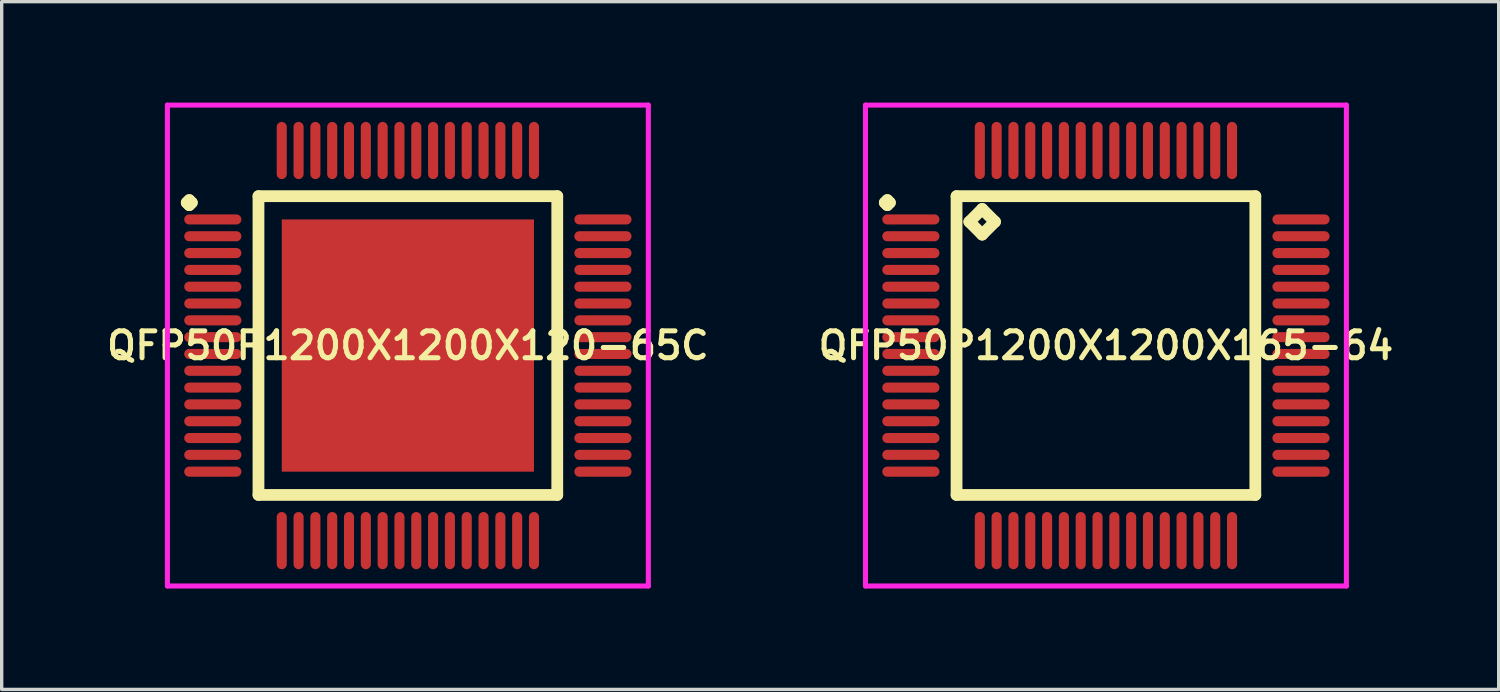
<source format=kicad_pcb>
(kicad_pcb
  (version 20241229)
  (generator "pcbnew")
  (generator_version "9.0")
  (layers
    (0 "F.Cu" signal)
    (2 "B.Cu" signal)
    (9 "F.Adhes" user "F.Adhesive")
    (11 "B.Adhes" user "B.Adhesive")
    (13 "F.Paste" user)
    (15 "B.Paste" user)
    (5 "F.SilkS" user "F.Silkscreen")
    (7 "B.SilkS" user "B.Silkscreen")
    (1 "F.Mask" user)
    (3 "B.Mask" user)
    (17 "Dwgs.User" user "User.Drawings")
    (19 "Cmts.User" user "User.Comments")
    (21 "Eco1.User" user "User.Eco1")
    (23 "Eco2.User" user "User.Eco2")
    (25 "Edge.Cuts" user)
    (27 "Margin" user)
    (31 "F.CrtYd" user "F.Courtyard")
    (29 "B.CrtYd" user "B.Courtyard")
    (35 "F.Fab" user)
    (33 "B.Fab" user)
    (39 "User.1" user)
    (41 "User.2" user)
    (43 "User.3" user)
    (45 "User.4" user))
  (footprint "QFP50P1200X1200X120-65C"
    (layer "F.Cu")
    (at 9.078 7.225)
    (property "Reference" "QFP50P1200X1200X120-65C" (at 0 0 0) (layer "F.SilkS") (effects (font (size 0.8 0.8) (thickness 0.15))))
    (attr smd)
    (fp_line (start -6.575 -4.25) (end -6.5 -4.325) (stroke (width 0.35) (type solid)) (layer "F.SilkS"))
    (fp_line (start -6.5 -4.325) (end -6.425 -4.25) (stroke (width 0.35) (type solid)) (layer "F.SilkS"))
    (fp_line (start -6.5 -4.175) (end -6.575 -4.25) (stroke (width 0.35) (type solid)) (layer "F.SilkS"))
    (fp_line (start -6.425 -4.25) (end -6.5 -4.175) (stroke (width 0.35) (type solid)) (layer "F.SilkS"))
    (fp_line (start -4.442 -4.442) (end -4.442 4.442) (stroke (width 0.35) (type solid)) (layer "F.SilkS"))
    (fp_line (start -4.442 4.442) (end 4.442 4.442) (stroke (width 0.35) (type solid)) (layer "F.SilkS"))
    (fp_line (start 4.442 -4.442) (end -4.442 -4.442) (stroke (width 0.35) (type solid)) (layer "F.SilkS"))
    (fp_line (start 4.442 4.442) (end 4.442 -4.442) (stroke (width 0.35) (type solid)) (layer "F.SilkS"))
    (fp_line (start -7.15 -7.15) (end 7.15 -7.15) (stroke (width 0.15) (type solid)) (layer "F.CrtYd"))
    (fp_line (start -7.15 7.15) (end -7.15 -7.15) (stroke (width 0.15) (type solid)) (layer "F.CrtYd"))
    (fp_line (start 7.15 -7.15) (end 7.15 7.15) (stroke (width 0.15) (type solid)) (layer "F.CrtYd"))
    (fp_line (start 7.15 7.15) (end -7.15 7.15) (stroke (width 0.15) (type solid)) (layer "F.CrtYd"))
    (pad "1" smd oval (at -5.8 -3.75) (size 1.7 0.3) (layers "F.Cu" "F.Mask" "F.Paste"))
    (pad "2" smd oval (at -5.8 -3.25) (size 1.7 0.3) (layers "F.Cu" "F.Mask" "F.Paste"))
    (pad "3" smd oval (at -5.8 -2.75) (size 1.7 0.3) (layers "F.Cu" "F.Mask" "F.Paste"))
    (pad "4" smd oval (at -5.8 -2.25) (size 1.7 0.3) (layers "F.Cu" "F.Mask" "F.Paste"))
    (pad "5" smd oval (at -5.8 -1.75) (size 1.7 0.3) (layers "F.Cu" "F.Mask" "F.Paste"))
    (pad "6" smd oval (at -5.8 -1.25) (size 1.7 0.3) (layers "F.Cu" "F.Mask" "F.Paste"))
    (pad "7" smd oval (at -5.8 -0.75) (size 1.7 0.3) (layers "F.Cu" "F.Mask" "F.Paste"))
    (pad "8" smd oval (at -5.8 -0.25) (size 1.7 0.3) (layers "F.Cu" "F.Mask" "F.Paste"))
    (pad "9" smd oval (at -5.8 0.25) (size 1.7 0.3) (layers "F.Cu" "F.Mask" "F.Paste"))
    (pad "10" smd oval (at -5.8 0.75) (size 1.7 0.3) (layers "F.Cu" "F.Mask" "F.Paste"))
    (pad "11" smd oval (at -5.8 1.25) (size 1.7 0.3) (layers "F.Cu" "F.Mask" "F.Paste"))
    (pad "12" smd oval (at -5.8 1.75) (size 1.7 0.3) (layers "F.Cu" "F.Mask" "F.Paste"))
    (pad "13" smd oval (at -5.8 2.25) (size 1.7 0.3) (layers "F.Cu" "F.Mask" "F.Paste"))
    (pad "14" smd oval (at -5.8 2.75) (size 1.7 0.3) (layers "F.Cu" "F.Mask" "F.Paste"))
    (pad "15" smd oval (at -5.8 3.25) (size 1.7 0.3) (layers "F.Cu" "F.Mask" "F.Paste"))
    (pad "16" smd oval (at -5.8 3.75) (size 1.7 0.3) (layers "F.Cu" "F.Mask" "F.Paste"))
    (pad "17" smd oval (at -3.75 5.8) (size 0.3 1.7) (layers "F.Cu" "F.Mask" "F.Paste"))
    (pad "18" smd oval (at -3.25 5.8) (size 0.3 1.7) (layers "F.Cu" "F.Mask" "F.Paste"))
    (pad "19" smd oval (at -2.75 5.8) (size 0.3 1.7) (layers "F.Cu" "F.Mask" "F.Paste"))
    (pad "20" smd oval (at -2.25 5.8) (size 0.3 1.7) (layers "F.Cu" "F.Mask" "F.Paste"))
    (pad "21" smd oval (at -1.75 5.8) (size 0.3 1.7) (layers "F.Cu" "F.Mask" "F.Paste"))
    (pad "22" smd oval (at -1.25 5.8) (size 0.3 1.7) (layers "F.Cu" "F.Mask" "F.Paste"))
    (pad "23" smd oval (at -0.75 5.8) (size 0.3 1.7) (layers "F.Cu" "F.Mask" "F.Paste"))
    (pad "24" smd oval (at -0.25 5.8) (size 0.3 1.7) (layers "F.Cu" "F.Mask" "F.Paste"))
    (pad "25" smd oval (at 0.25 5.8) (size 0.3 1.7) (layers "F.Cu" "F.Mask" "F.Paste"))
    (pad "26" smd oval (at 0.75 5.8) (size 0.3 1.7) (layers "F.Cu" "F.Mask" "F.Paste"))
    (pad "27" smd oval (at 1.25 5.8) (size 0.3 1.7) (layers "F.Cu" "F.Mask" "F.Paste"))
    (pad "28" smd oval (at 1.75 5.8) (size 0.3 1.7) (layers "F.Cu" "F.Mask" "F.Paste"))
    (pad "29" smd oval (at 2.25 5.8) (size 0.3 1.7) (layers "F.Cu" "F.Mask" "F.Paste"))
    (pad "30" smd oval (at 2.75 5.8) (size 0.3 1.7) (layers "F.Cu" "F.Mask" "F.Paste"))
    (pad "31" smd oval (at 3.25 5.8) (size 0.3 1.7) (layers "F.Cu" "F.Mask" "F.Paste"))
    (pad "32" smd oval (at 3.75 5.8) (size 0.3 1.7) (layers "F.Cu" "F.Mask" "F.Paste"))
    (pad "33" smd oval (at 5.8 3.75) (size 1.7 0.3) (layers "F.Cu" "F.Mask" "F.Paste"))
    (pad "34" smd oval (at 5.8 3.25) (size 1.7 0.3) (layers "F.Cu" "F.Mask" "F.Paste"))
    (pad "35" smd oval (at 5.8 2.75) (size 1.7 0.3) (layers "F.Cu" "F.Mask" "F.Paste"))
    (pad "36" smd oval (at 5.8 2.25) (size 1.7 0.3) (layers "F.Cu" "F.Mask" "F.Paste"))
    (pad "37" smd oval (at 5.8 1.75) (size 1.7 0.3) (layers "F.Cu" "F.Mask" "F.Paste"))
    (pad "38" smd oval (at 5.8 1.25) (size 1.7 0.3) (layers "F.Cu" "F.Mask" "F.Paste"))
    (pad "39" smd oval (at 5.8 0.75) (size 1.7 0.3) (layers "F.Cu" "F.Mask" "F.Paste"))
    (pad "40" smd oval (at 5.8 0.25) (size 1.7 0.3) (layers "F.Cu" "F.Mask" "F.Paste"))
    (pad "41" smd oval (at 5.8 -0.25) (size 1.7 0.3) (layers "F.Cu" "F.Mask" "F.Paste"))
    (pad "42" smd oval (at 5.8 -0.75) (size 1.7 0.3) (layers "F.Cu" "F.Mask" "F.Paste"))
    (pad "43" smd oval (at 5.8 -1.25) (size 1.7 0.3) (layers "F.Cu" "F.Mask" "F.Paste"))
    (pad "44" smd oval (at 5.8 -1.75) (size 1.7 0.3) (layers "F.Cu" "F.Mask" "F.Paste"))
    (pad "45" smd oval (at 5.8 -2.25) (size 1.7 0.3) (layers "F.Cu" "F.Mask" "F.Paste"))
    (pad "46" smd oval (at 5.8 -2.75) (size 1.7 0.3) (layers "F.Cu" "F.Mask" "F.Paste"))
    (pad "47" smd oval (at 5.8 -3.25) (size 1.7 0.3) (layers "F.Cu" "F.Mask" "F.Paste"))
    (pad "48" smd oval (at 5.8 -3.75) (size 1.7 0.3) (layers "F.Cu" "F.Mask" "F.Paste"))
    (pad "49" smd oval (at 3.75 -5.8) (size 0.3 1.7) (layers "F.Cu" "F.Mask" "F.Paste"))
    (pad "50" smd oval (at 3.25 -5.8) (size 0.3 1.7) (layers "F.Cu" "F.Mask" "F.Paste"))
    (pad "51" smd oval (at 2.75 -5.8) (size 0.3 1.7) (layers "F.Cu" "F.Mask" "F.Paste"))
    (pad "52" smd oval (at 2.25 -5.8) (size 0.3 1.7) (layers "F.Cu" "F.Mask" "F.Paste"))
    (pad "53" smd oval (at 1.75 -5.8) (size 0.3 1.7) (layers "F.Cu" "F.Mask" "F.Paste"))
    (pad "54" smd oval (at 1.25 -5.8) (size 0.3 1.7) (layers "F.Cu" "F.Mask" "F.Paste"))
    (pad "55" smd oval (at 0.75 -5.8) (size 0.3 1.7) (layers "F.Cu" "F.Mask" "F.Paste"))
    (pad "56" smd oval (at 0.25 -5.8) (size 0.3 1.7) (layers "F.Cu" "F.Mask" "F.Paste"))
    (pad "57" smd oval (at -0.25 -5.8) (size 0.3 1.7) (layers "F.Cu" "F.Mask" "F.Paste"))
    (pad "58" smd oval (at -0.75 -5.8) (size 0.3 1.7) (layers "F.Cu" "F.Mask" "F.Paste"))
    (pad "59" smd oval (at -1.25 -5.8) (size 0.3 1.7) (layers "F.Cu" "F.Mask" "F.Paste"))
    (pad "60" smd oval (at -1.75 -5.8) (size 0.3 1.7) (layers "F.Cu" "F.Mask" "F.Paste"))
    (pad "61" smd oval (at -2.25 -5.8) (size 0.3 1.7) (layers "F.Cu" "F.Mask" "F.Paste"))
    (pad "62" smd oval (at -2.75 -5.8) (size 0.3 1.7) (layers "F.Cu" "F.Mask" "F.Paste"))
    (pad "63" smd oval (at -3.25 -5.8) (size 0.3 1.7) (layers "F.Cu" "F.Mask" "F.Paste"))
    (pad "64" smd oval (at -3.75 -5.8) (size 0.3 1.7) (layers "F.Cu" "F.Mask" "F.Paste"))
    (pad "65" smd rect (at 0 0) (size 7.5 7.5) (layers "F.Cu" "F.Mask" "F.Paste")))
  (footprint "QFP50P1200X1200X165-64"
    (layer "F.Cu")
    (at 29.835 7.225)
    (property "Reference" "QFP50P1200X1200X165-64" (at 0 0 0) (layer "F.SilkS") (effects (font (size 0.8 0.8) (thickness 0.15))))
    (attr smd)
    (fp_line (start -6.575 -4.25) (end -6.5 -4.325) (stroke (width 0.35) (type solid)) (layer "F.SilkS"))
    (fp_line (start -6.5 -4.325) (end -6.425 -4.25) (stroke (width 0.35) (type solid)) (layer "F.SilkS"))
    (fp_line (start -6.5 -4.175) (end -6.575 -4.25) (stroke (width 0.35) (type solid)) (layer "F.SilkS"))
    (fp_line (start -6.425 -4.25) (end -6.5 -4.175) (stroke (width 0.35) (type solid)) (layer "F.SilkS"))
    (fp_line (start -4.442 -4.442) (end -4.442 4.442) (stroke (width 0.35) (type solid)) (layer "F.SilkS"))
    (fp_line (start -4.442 4.442) (end 4.442 4.442) (stroke (width 0.35) (type solid)) (layer "F.SilkS"))
    (fp_line (start -4.061 -3.68) (end -3.68 -4.061) (stroke (width 0.35) (type solid)) (layer "F.SilkS"))
    (fp_line (start -3.68 -4.061) (end -3.299 -3.68) (stroke (width 0.35) (type solid)) (layer "F.SilkS"))
    (fp_line (start -3.68 -3.299) (end -4.061 -3.68) (stroke (width 0.35) (type solid)) (layer "F.SilkS"))
    (fp_line (start -3.299 -3.68) (end -3.68 -3.299) (stroke (width 0.35) (type solid)) (layer "F.SilkS"))
    (fp_line (start 4.442 -4.442) (end -4.442 -4.442) (stroke (width 0.35) (type solid)) (layer "F.SilkS"))
    (fp_line (start 4.442 4.442) (end 4.442 -4.442) (stroke (width 0.35) (type solid)) (layer "F.SilkS"))
    (fp_line (start -7.15 -7.15) (end 7.15 -7.15) (stroke (width 0.15) (type solid)) (layer "F.CrtYd"))
    (fp_line (start -7.15 7.15) (end -7.15 -7.15) (stroke (width 0.15) (type solid)) (layer "F.CrtYd"))
    (fp_line (start 7.15 -7.15) (end 7.15 7.15) (stroke (width 0.15) (type solid)) (layer "F.CrtYd"))
    (fp_line (start 7.15 7.15) (end -7.15 7.15) (stroke (width 0.15) (type solid)) (layer "F.CrtYd"))
    (pad "1" smd oval (at -5.8 -3.75) (size 1.7 0.3) (layers "F.Cu" "F.Mask" "F.Paste"))
    (pad "2" smd oval (at -5.8 -3.25) (size 1.7 0.3) (layers "F.Cu" "F.Mask" "F.Paste"))
    (pad "3" smd oval (at -5.8 -2.75) (size 1.7 0.3) (layers "F.Cu" "F.Mask" "F.Paste"))
    (pad "4" smd oval (at -5.8 -2.25) (size 1.7 0.3) (layers "F.Cu" "F.Mask" "F.Paste"))
    (pad "5" smd oval (at -5.8 -1.75) (size 1.7 0.3) (layers "F.Cu" "F.Mask" "F.Paste"))
    (pad "6" smd oval (at -5.8 -1.25) (size 1.7 0.3) (layers "F.Cu" "F.Mask" "F.Paste"))
    (pad "7" smd oval (at -5.8 -0.75) (size 1.7 0.3) (layers "F.Cu" "F.Mask" "F.Paste"))
    (pad "8" smd oval (at -5.8 -0.25) (size 1.7 0.3) (layers "F.Cu" "F.Mask" "F.Paste"))
    (pad "9" smd oval (at -5.8 0.25) (size 1.7 0.3) (layers "F.Cu" "F.Mask" "F.Paste"))
    (pad "10" smd oval (at -5.8 0.75) (size 1.7 0.3) (layers "F.Cu" "F.Mask" "F.Paste"))
    (pad "11" smd oval (at -5.8 1.25) (size 1.7 0.3) (layers "F.Cu" "F.Mask" "F.Paste"))
    (pad "12" smd oval (at -5.8 1.75) (size 1.7 0.3) (layers "F.Cu" "F.Mask" "F.Paste"))
    (pad "13" smd oval (at -5.8 2.25) (size 1.7 0.3) (layers "F.Cu" "F.Mask" "F.Paste"))
    (pad "14" smd oval (at -5.8 2.75) (size 1.7 0.3) (layers "F.Cu" "F.Mask" "F.Paste"))
    (pad "15" smd oval (at -5.8 3.25) (size 1.7 0.3) (layers "F.Cu" "F.Mask" "F.Paste"))
    (pad "16" smd oval (at -5.8 3.75) (size 1.7 0.3) (layers "F.Cu" "F.Mask" "F.Paste"))
    (pad "17" smd oval (at -3.75 5.8) (size 0.3 1.7) (layers "F.Cu" "F.Mask" "F.Paste"))
    (pad "18" smd oval (at -3.25 5.8) (size 0.3 1.7) (layers "F.Cu" "F.Mask" "F.Paste"))
    (pad "19" smd oval (at -2.75 5.8) (size 0.3 1.7) (layers "F.Cu" "F.Mask" "F.Paste"))
    (pad "20" smd oval (at -2.25 5.8) (size 0.3 1.7) (layers "F.Cu" "F.Mask" "F.Paste"))
    (pad "21" smd oval (at -1.75 5.8) (size 0.3 1.7) (layers "F.Cu" "F.Mask" "F.Paste"))
    (pad "22" smd oval (at -1.25 5.8) (size 0.3 1.7) (layers "F.Cu" "F.Mask" "F.Paste"))
    (pad "23" smd oval (at -0.75 5.8) (size 0.3 1.7) (layers "F.Cu" "F.Mask" "F.Paste"))
    (pad "24" smd oval (at -0.25 5.8) (size 0.3 1.7) (layers "F.Cu" "F.Mask" "F.Paste"))
    (pad "25" smd oval (at 0.25 5.8) (size 0.3 1.7) (layers "F.Cu" "F.Mask" "F.Paste"))
    (pad "26" smd oval (at 0.75 5.8) (size 0.3 1.7) (layers "F.Cu" "F.Mask" "F.Paste"))
    (pad "27" smd oval (at 1.25 5.8) (size 0.3 1.7) (layers "F.Cu" "F.Mask" "F.Paste"))
    (pad "28" smd oval (at 1.75 5.8) (size 0.3 1.7) (layers "F.Cu" "F.Mask" "F.Paste"))
    (pad "29" smd oval (at 2.25 5.8) (size 0.3 1.7) (layers "F.Cu" "F.Mask" "F.Paste"))
    (pad "30" smd oval (at 2.75 5.8) (size 0.3 1.7) (layers "F.Cu" "F.Mask" "F.Paste"))
    (pad "31" smd oval (at 3.25 5.8) (size 0.3 1.7) (layers "F.Cu" "F.Mask" "F.Paste"))
    (pad "32" smd oval (at 3.75 5.8) (size 0.3 1.7) (layers "F.Cu" "F.Mask" "F.Paste"))
    (pad "33" smd oval (at 5.8 3.75) (size 1.7 0.3) (layers "F.Cu" "F.Mask" "F.Paste"))
    (pad "34" smd oval (at 5.8 3.25) (size 1.7 0.3) (layers "F.Cu" "F.Mask" "F.Paste"))
    (pad "35" smd oval (at 5.8 2.75) (size 1.7 0.3) (layers "F.Cu" "F.Mask" "F.Paste"))
    (pad "36" smd oval (at 5.8 2.25) (size 1.7 0.3) (layers "F.Cu" "F.Mask" "F.Paste"))
    (pad "37" smd oval (at 5.8 1.75) (size 1.7 0.3) (layers "F.Cu" "F.Mask" "F.Paste"))
    (pad "38" smd oval (at 5.8 1.25) (size 1.7 0.3) (layers "F.Cu" "F.Mask" "F.Paste"))
    (pad "39" smd oval (at 5.8 0.75) (size 1.7 0.3) (layers "F.Cu" "F.Mask" "F.Paste"))
    (pad "40" smd oval (at 5.8 0.25) (size 1.7 0.3) (layers "F.Cu" "F.Mask" "F.Paste"))
    (pad "41" smd oval (at 5.8 -0.25) (size 1.7 0.3) (layers "F.Cu" "F.Mask" "F.Paste"))
    (pad "42" smd oval (at 5.8 -0.75) (size 1.7 0.3) (layers "F.Cu" "F.Mask" "F.Paste"))
    (pad "43" smd oval (at 5.8 -1.25) (size 1.7 0.3) (layers "F.Cu" "F.Mask" "F.Paste"))
    (pad "44" smd oval (at 5.8 -1.75) (size 1.7 0.3) (layers "F.Cu" "F.Mask" "F.Paste"))
    (pad "45" smd oval (at 5.8 -2.25) (size 1.7 0.3) (layers "F.Cu" "F.Mask" "F.Paste"))
    (pad "46" smd oval (at 5.8 -2.75) (size 1.7 0.3) (layers "F.Cu" "F.Mask" "F.Paste"))
    (pad "47" smd oval (at 5.8 -3.25) (size 1.7 0.3) (layers "F.Cu" "F.Mask" "F.Paste"))
    (pad "48" smd oval (at 5.8 -3.75) (size 1.7 0.3) (layers "F.Cu" "F.Mask" "F.Paste"))
    (pad "49" smd oval (at 3.75 -5.8) (size 0.3 1.7) (layers "F.Cu" "F.Mask" "F.Paste"))
    (pad "50" smd oval (at 3.25 -5.8) (size 0.3 1.7) (layers "F.Cu" "F.Mask" "F.Paste"))
    (pad "51" smd oval (at 2.75 -5.8) (size 0.3 1.7) (layers "F.Cu" "F.Mask" "F.Paste"))
    (pad "52" smd oval (at 2.25 -5.8) (size 0.3 1.7) (layers "F.Cu" "F.Mask" "F.Paste"))
    (pad "53" smd oval (at 1.75 -5.8) (size 0.3 1.7) (layers "F.Cu" "F.Mask" "F.Paste"))
    (pad "54" smd oval (at 1.25 -5.8) (size 0.3 1.7) (layers "F.Cu" "F.Mask" "F.Paste"))
    (pad "55" smd oval (at 0.75 -5.8) (size 0.3 1.7) (layers "F.Cu" "F.Mask" "F.Paste"))
    (pad "56" smd oval (at 0.25 -5.8) (size 0.3 1.7) (layers "F.Cu" "F.Mask" "F.Paste"))
    (pad "57" smd oval (at -0.25 -5.8) (size 0.3 1.7) (layers "F.Cu" "F.Mask" "F.Paste"))
    (pad "58" smd oval (at -0.75 -5.8) (size 0.3 1.7) (layers "F.Cu" "F.Mask" "F.Paste"))
    (pad "59" smd oval (at -1.25 -5.8) (size 0.3 1.7) (layers "F.Cu" "F.Mask" "F.Paste"))
    (pad "60" smd oval (at -1.75 -5.8) (size 0.3 1.7) (layers "F.Cu" "F.Mask" "F.Paste"))
    (pad "61" smd oval (at -2.25 -5.8) (size 0.3 1.7) (layers "F.Cu" "F.Mask" "F.Paste"))
    (pad "62" smd oval (at -2.75 -5.8) (size 0.3 1.7) (layers "F.Cu" "F.Mask" "F.Paste"))
    (pad "63" smd oval (at -3.25 -5.8) (size 0.3 1.7) (layers "F.Cu" "F.Mask" "F.Paste"))
    (pad "64" smd oval (at -3.75 -5.8) (size 0.3 1.7) (layers "F.Cu" "F.Mask" "F.Paste")))
  (gr_rect
    (start -3 -3)
    (end 41.513 17.45)
    (stroke (width 0.1) (type default))
    (fill no)
    (layer "Edge.Cuts")))
</source>
